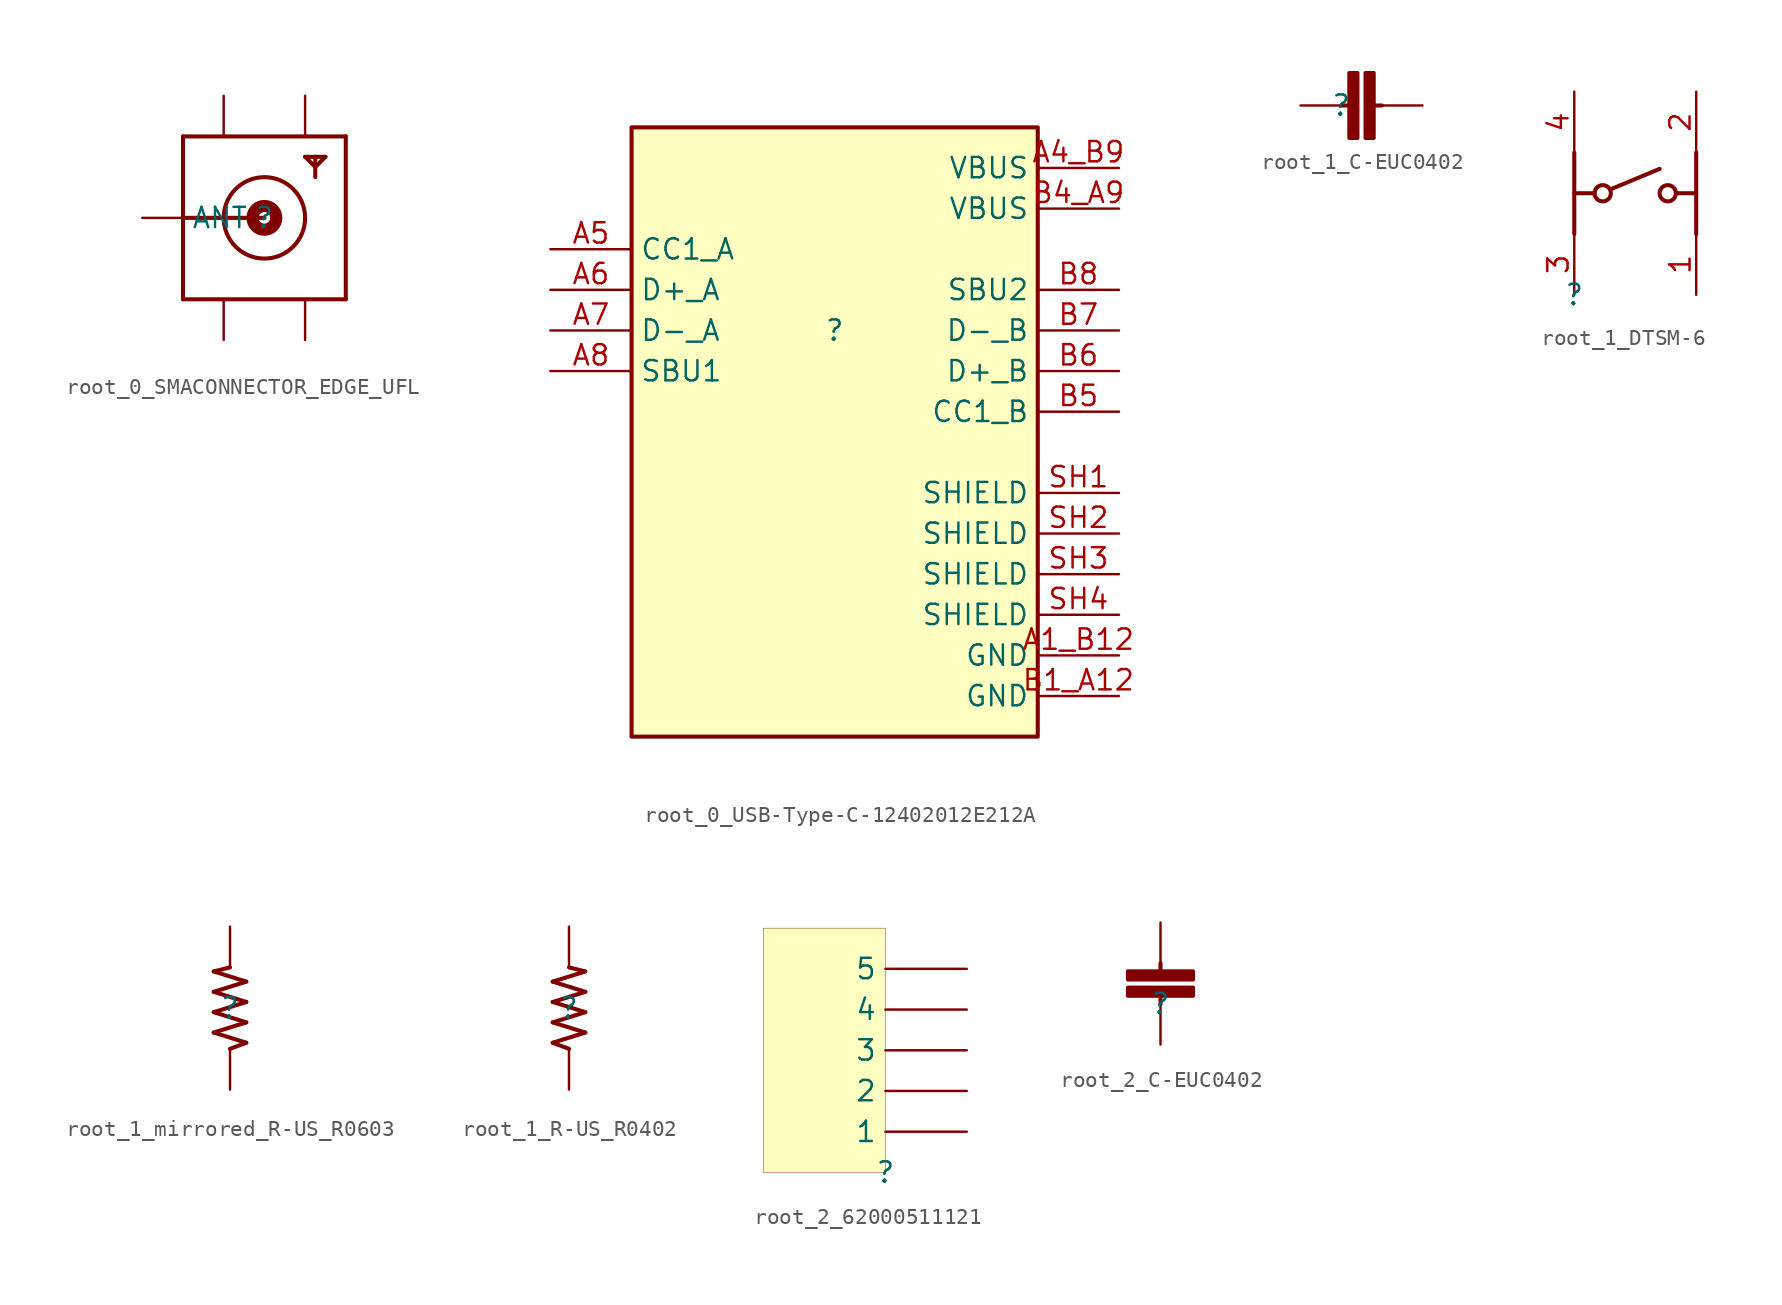
<source format=kicad_sym>
(kicad_symbol_lib
  (version 20231120)
  (generator "kicad_symbol_editor")
  (generator_version "8.0")
  (symbol "root_0_SMACONNECTOR_EDGE_UFL"
    (property "Reference" ""
      (at 0 0 0)
      (effects (font (size 1.27 1.27))))
    (property "Value" ""
      (at 0 0 0)
      (effects (font (size 1.27 1.27))))
    (symbol "root_0_SMACONNECTOR_EDGE_UFL_1_0"
      (polyline (pts (xy -5.08 -5.08) (xy 5.08 -5.08)) (stroke (width 0.254) (type solid) (color 128 0 0 1)) (fill (type none)))
      (polyline (pts (xy -5.08 0) (xy -5.08 -5.08)) (stroke (width 0.254) (type solid) (color 128 0 0 1)) (fill (type none)))
      (polyline (pts (xy -5.08 5.08) (xy -5.08 0)) (stroke (width 0.254) (type solid) (color 128 0 0 1)) (fill (type none)))
      (polyline (pts (xy 0 0) (xy -5.08 0)) (stroke (width 0.254) (type solid) (color 128 0 0 1)) (fill (type none)))
      (polyline (pts (xy 2.54 3.81) (xy 3.175 3.175)) (stroke (width 0.254) (type solid) (color 128 0 0 1)) (fill (type none)))
      (polyline (pts (xy 3.175 2.54) (xy 3.175 3.81)) (stroke (width 0.254) (type solid) (color 128 0 0 1)) (fill (type none)))
      (polyline (pts (xy 3.175 3.175) (xy 3.81 3.81)) (stroke (width 0.254) (type solid) (color 128 0 0 1)) (fill (type none)))
      (polyline (pts (xy 3.175 3.81) (xy 2.54 3.81)) (stroke (width 0.254) (type solid) (color 128 0 0 1)) (fill (type none)))
      (polyline (pts (xy 3.81 3.81) (xy 3.175 3.81)) (stroke (width 0.254) (type solid) (color 128 0 0 1)) (fill (type none)))
      (polyline (pts (xy 5.08 -5.08) (xy 5.08 5.08)) (stroke (width 0.254) (type solid) (color 128 0 0 1)) (fill (type none)))
      (polyline (pts (xy 5.08 5.08) (xy -5.08 5.08)) (stroke (width 0.254) (type solid) (color 128 0 0 1)) (fill (type none)))
      (circle (center 0 0) (radius 0.359) (stroke (width 0.762) (type solid) (color 128 0 0 1)) (fill (type none)))
      (circle (center 0 0) (radius 2.54) (stroke (width 0.254) (type solid) (color 128 0 0 1)) (fill (type none)))
      (pin power_in line (at -2.54 7.62 270) (length 2.54) (name "GND1" (effects (font (size 0 0)))) (number "GND@1" (effects (font (size 0 0)))))
      (pin power_in line (at 2.54 7.62 270) (length 2.54) (name "GND2" (effects (font (size 0 0)))) (number "GND@2" (effects (font (size 0 0)))))
      (pin power_in line (at -2.54 -7.62 90) (length 2.54) (name "GND3" (effects (font (size 0 0)))) (number "GND@3" (effects (font (size 0 0)))))
      (pin power_in line (at 2.54 -7.62 90) (length 2.54) (name "GND4" (effects (font (size 0 0)))) (number "GND@4" (effects (font (size 0 0)))))
      (pin passive line (at -7.62 0 0) (length 2.54) (name "ANT" (effects (font (size 1.27 1.27)))) (number "P" (effects (font (size 0 0)))))))
  (symbol "root_0_USB-Type-C-12402012E212A"
    (property "Reference" ""
      (at 0 0 0)
      (effects (font (size 1.27 1.27))))
    (property "Value" ""
      (at 0 0 0)
      (effects (font (size 1.27 1.27))))
    (symbol "root_0_USB-Type-C-12402012E212A_1_0"
      (rectangle (start 12.7 12.7) (end -12.7 -25.4) (stroke (width 0.254) (type solid) (color 128 0 0 1)) (fill (type background)))
      (pin power_in line (at 17.78 -20.32 180) (length 5.08) (name "GND" (effects (font (size 1.27 1.27)))) (number "A1_B12" (effects (font (size 1.27 1.27)))))
      (pin power_in line (at 17.78 10.16 180) (length 5.08) (name "VBUS" (effects (font (size 1.27 1.27)))) (number "A4_B9" (effects (font (size 1.27 1.27)))))
      (pin bidirectional line (at -17.78 5.08 0) (length 5.08) (name "CC1_A" (effects (font (size 1.27 1.27)))) (number "A5" (effects (font (size 1.27 1.27)))))
      (pin bidirectional line (at -17.78 2.54 0) (length 5.08) (name "D+_A" (effects (font (size 1.27 1.27)))) (number "A6" (effects (font (size 1.27 1.27)))))
      (pin bidirectional line (at -17.78 0 0) (length 5.08) (name "D-_A" (effects (font (size 1.27 1.27)))) (number "A7" (effects (font (size 1.27 1.27)))))
      (pin bidirectional line (at -17.78 -2.54 0) (length 5.08) (name "SBU1" (effects (font (size 1.27 1.27)))) (number "A8" (effects (font (size 1.27 1.27)))))
      (pin power_in line (at 17.78 -22.86 180) (length 5.08) (name "GND" (effects (font (size 1.27 1.27)))) (number "B1_A12" (effects (font (size 1.27 1.27)))))
      (pin power_in line (at 17.78 7.62 180) (length 5.08) (name "VBUS" (effects (font (size 1.27 1.27)))) (number "B4_A9" (effects (font (size 1.27 1.27)))))
      (pin bidirectional line (at 17.78 -5.08 180) (length 5.08) (name "CC1_B" (effects (font (size 1.27 1.27)))) (number "B5" (effects (font (size 1.27 1.27)))))
      (pin bidirectional line (at 17.78 -2.54 180) (length 5.08) (name "D+_B" (effects (font (size 1.27 1.27)))) (number "B6" (effects (font (size 1.27 1.27)))))
      (pin bidirectional line (at 17.78 0 180) (length 5.08) (name "D-_B" (effects (font (size 1.27 1.27)))) (number "B7" (effects (font (size 1.27 1.27)))))
      (pin bidirectional line (at 17.78 2.54 180) (length 5.08) (name "SBU2" (effects (font (size 1.27 1.27)))) (number "B8" (effects (font (size 1.27 1.27)))))
      (pin passive line (at 17.78 -10.16 180) (length 5.08) (name "SHIELD" (effects (font (size 1.27 1.27)))) (number "SH1" (effects (font (size 1.27 1.27)))))
      (pin passive line (at 17.78 -12.7 180) (length 5.08) (name "SHIELD" (effects (font (size 1.27 1.27)))) (number "SH2" (effects (font (size 1.27 1.27)))))
      (pin passive line (at 17.78 -15.24 180) (length 5.08) (name "SHIELD" (effects (font (size 1.27 1.27)))) (number "SH3" (effects (font (size 1.27 1.27)))))
      (pin passive line (at 17.78 -17.78 180) (length 5.08) (name "SHIELD" (effects (font (size 1.27 1.27)))) (number "SH4" (effects (font (size 1.27 1.27)))))))
  (symbol "root_1_C-EUC0402"
    (property "Reference" ""
      (at 0 0 0)
      (effects (font (size 1.27 1.27))))
    (property "Value" ""
      (at 0 0 0)
      (effects (font (size 1.27 1.27))))
    (symbol "root_1_C-EUC0402_1_0"
      (polyline (pts (xy 0.508 0) (xy 0 0)) (stroke (width 0.254) (type solid) (color 128 0 0 1)) (fill (type none)))
      (polyline (pts (xy 2.032 0) (xy 2.54 0)) (stroke (width 0.254) (type solid) (color 128 0 0 1)) (fill (type none)))
      (rectangle (start 1.016 2.032) (end 0.508 -2.032) (stroke (width 0.254) (type solid) (color 128 0 0 1)) (fill (type outline)))
      (rectangle (start 2.032 2.032) (end 1.524 -2.032) (stroke (width 0.254) (type solid) (color 128 0 0 1)) (fill (type outline)))
      (pin passive line (at -2.54 0 0) (length 2.54) (name "1" (effects (font (size 0 0)))) (number "1" (effects (font (size 0 0)))))
      (pin passive line (at 5.08 0 180) (length 2.54) (name "2" (effects (font (size 0 0)))) (number "2" (effects (font (size 0 0)))))))
  (symbol "root_1_DTSM-6"
    (property "Reference" ""
      (at 0 0 0)
      (effects (font (size 1.27 1.27))))
    (property "Value" ""
      (at 0 0 0)
      (effects (font (size 1.27 1.27))))
    (symbol "root_1_DTSM-6_1_0"
      (polyline (pts (xy 0 3.81) (xy 0 8.89)) (stroke (width 0.254) (type solid) (color 128 0 0 1)) (fill (type none)))
      (polyline (pts (xy 0 6.35) (xy 1.27 6.35)) (stroke (width 0.254) (type solid) (color 128 0 0 1)) (fill (type none)))
      (polyline (pts (xy 2.286 6.604) (xy 5.334 7.874)) (stroke (width 0.254) (type solid) (color 128 0 0 1)) (fill (type none)))
      (polyline (pts (xy 7.62 6.35) (xy 6.35 6.35)) (stroke (width 0.254) (type solid) (color 128 0 0 1)) (fill (type none)))
      (polyline (pts (xy 7.62 8.89) (xy 7.62 3.81)) (stroke (width 0.254) (type solid) (color 128 0 0 1)) (fill (type none)))
      (circle (center 1.778 6.35) (radius 0.508) (stroke (width 0.254) (type solid) (color 128 0 0 1)) (fill (type none)))
      (circle (center 5.842 6.35) (radius 0.508) (stroke (width 0.254) (type solid) (color 128 0 0 1)) (fill (type none)))
      (pin passive line (at 7.62 0 90) (length 3.81) (name "1" (effects (font (size 0 0)))) (number "1" (effects (font (size 1.27 1.27)))))
      (pin passive line (at 7.62 12.7 270) (length 3.81) (name "2" (effects (font (size 0 0)))) (number "2" (effects (font (size 1.27 1.27)))))
      (pin passive line (at 0 0 90) (length 3.81) (name "3" (effects (font (size 0 0)))) (number "3" (effects (font (size 1.27 1.27)))))
      (pin passive line (at 0 12.7 270) (length 3.81) (name "4" (effects (font (size 0 0)))) (number "4" (effects (font (size 1.27 1.27)))))))
  (symbol "root_1_mirrored_R-US_R0603"
    (property "Reference" ""
      (at 0 0 0)
      (effects (font (size 1.27 1.27))))
    (property "Value" ""
      (at 0 0 0)
      (effects (font (size 1.27 1.27))))
    (symbol "root_1_mirrored_R-US_R0603_1_0"
      (polyline (pts (xy -1.016 -1.524) (xy 1.016 -2.159)) (stroke (width 0.254) (type solid) (color 128 0 0 1)) (fill (type none)))
      (polyline (pts (xy -1.016 -0.254) (xy 1.016 -0.889)) (stroke (width 0.254) (type solid) (color 128 0 0 1)) (fill (type none)))
      (polyline (pts (xy -1.016 1.016) (xy 1.016 0.381)) (stroke (width 0.254) (type solid) (color 128 0 0 1)) (fill (type none)))
      (polyline (pts (xy -1.016 2.286) (xy 1.016 1.651)) (stroke (width 0.254) (type solid) (color 128 0 0 1)) (fill (type none)))
      (polyline (pts (xy 0 2.54) (xy -1.016 2.286)) (stroke (width 0.254) (type solid) (color 128 0 0 1)) (fill (type none)))
      (polyline (pts (xy 1.016 -2.159) (xy 0 -2.54)) (stroke (width 0.254) (type solid) (color 128 0 0 1)) (fill (type none)))
      (polyline (pts (xy 1.016 -0.889) (xy -1.016 -1.524)) (stroke (width 0.254) (type solid) (color 128 0 0 1)) (fill (type none)))
      (polyline (pts (xy 1.016 0.381) (xy -1.016 -0.254)) (stroke (width 0.254) (type solid) (color 128 0 0 1)) (fill (type none)))
      (polyline (pts (xy 1.016 1.651) (xy -1.016 1.016)) (stroke (width 0.254) (type solid) (color 128 0 0 1)) (fill (type none)))
      (pin passive line (at 0 -5.08 90) (length 2.54) (name "1" (effects (font (size 0 0)))) (number "1" (effects (font (size 0 0)))))
      (pin passive line (at 0 5.08 270) (length 2.54) (name "2" (effects (font (size 0 0)))) (number "2" (effects (font (size 0 0)))))))
  (symbol "root_1_R-US_R0402"
    (property "Reference" ""
      (at 0 0 0)
      (effects (font (size 1.27 1.27))))
    (property "Value" ""
      (at 0 0 0)
      (effects (font (size 1.27 1.27))))
    (symbol "root_1_R-US_R0402_1_0"
      (polyline (pts (xy -1.016 -2.159) (xy 0 -2.54)) (stroke (width 0.254) (type solid) (color 128 0 0 1)) (fill (type none)))
      (polyline (pts (xy -1.016 -0.889) (xy 1.016 -1.524)) (stroke (width 0.254) (type solid) (color 128 0 0 1)) (fill (type none)))
      (polyline (pts (xy -1.016 0.381) (xy 1.016 -0.254)) (stroke (width 0.254) (type solid) (color 128 0 0 1)) (fill (type none)))
      (polyline (pts (xy -1.016 1.651) (xy 1.016 1.016)) (stroke (width 0.254) (type solid) (color 128 0 0 1)) (fill (type none)))
      (polyline (pts (xy 0 2.54) (xy 1.016 2.286)) (stroke (width 0.254) (type solid) (color 128 0 0 1)) (fill (type none)))
      (polyline (pts (xy 1.016 -1.524) (xy -1.016 -2.159)) (stroke (width 0.254) (type solid) (color 128 0 0 1)) (fill (type none)))
      (polyline (pts (xy 1.016 -0.254) (xy -1.016 -0.889)) (stroke (width 0.254) (type solid) (color 128 0 0 1)) (fill (type none)))
      (polyline (pts (xy 1.016 1.016) (xy -1.016 0.381)) (stroke (width 0.254) (type solid) (color 128 0 0 1)) (fill (type none)))
      (polyline (pts (xy 1.016 2.286) (xy -1.016 1.651)) (stroke (width 0.254) (type solid) (color 128 0 0 1)) (fill (type none)))
      (pin passive line (at 0 -5.08 90) (length 2.54) (name "1" (effects (font (size 0 0)))) (number "1" (effects (font (size 0 0)))))
      (pin passive line (at 0 5.08 270) (length 2.54) (name "2" (effects (font (size 0 0)))) (number "2" (effects (font (size 0 0)))))))
  (symbol "root_2_62000511121"
    (property "Reference" ""
      (at 0 0 0)
      (effects (font (size 1.27 1.27))))
    (property "Value" ""
      (at 0 0 0)
      (effects (font (size 1.27 1.27))))
    (symbol "root_2_62000511121_1_0"
      (rectangle (start 0 15.24) (end -7.62 0) (stroke (width 0.025) (type solid) (color 128 0 0 1)) (fill (type background)))
      (pin passive line (at 5.08 2.54 180) (length 5.08) (name "1" (effects (font (size 1.27 1.27)))) (number "1" (effects (font (size 0 0)))))
      (pin passive line (at 5.08 5.08 180) (length 5.08) (name "2" (effects (font (size 1.27 1.27)))) (number "2" (effects (font (size 0 0)))))
      (pin passive line (at 5.08 7.62 180) (length 5.08) (name "3" (effects (font (size 1.27 1.27)))) (number "3" (effects (font (size 0 0)))))
      (pin passive line (at 5.08 10.16 180) (length 5.08) (name "4" (effects (font (size 1.27 1.27)))) (number "4" (effects (font (size 0 0)))))
      (pin passive line (at 5.08 12.7 180) (length 5.08) (name "5" (effects (font (size 1.27 1.27)))) (number "5" (effects (font (size 0 0)))))))
  (symbol "root_2_C-EUC0402"
    (property "Reference" ""
      (at 0 0 0)
      (effects (font (size 1.27 1.27))))
    (property "Value" ""
      (at 0 0 0)
      (effects (font (size 1.27 1.27))))
    (symbol "root_2_C-EUC0402_1_0"
      (polyline (pts (xy 0 0.508) (xy 0 0)) (stroke (width 0.254) (type solid) (color 128 0 0 1)) (fill (type none)))
      (polyline (pts (xy 0 2.032) (xy 0 2.54)) (stroke (width 0.254) (type solid) (color 128 0 0 1)) (fill (type none)))
      (rectangle (start 2.032 1.016) (end -2.032 0.508) (stroke (width 0.254) (type solid) (color 128 0 0 1)) (fill (type outline)))
      (rectangle (start 2.032 2.032) (end -2.032 1.524) (stroke (width 0.254) (type solid) (color 128 0 0 1)) (fill (type outline)))
      (pin passive line (at 0 -2.54 90) (length 2.54) (name "1" (effects (font (size 0 0)))) (number "1" (effects (font (size 0 0)))))
      (pin passive line (at 0 5.08 270) (length 2.54) (name "2" (effects (font (size 0 0)))) (number "2" (effects (font (size 0 0))))))))
</source>
